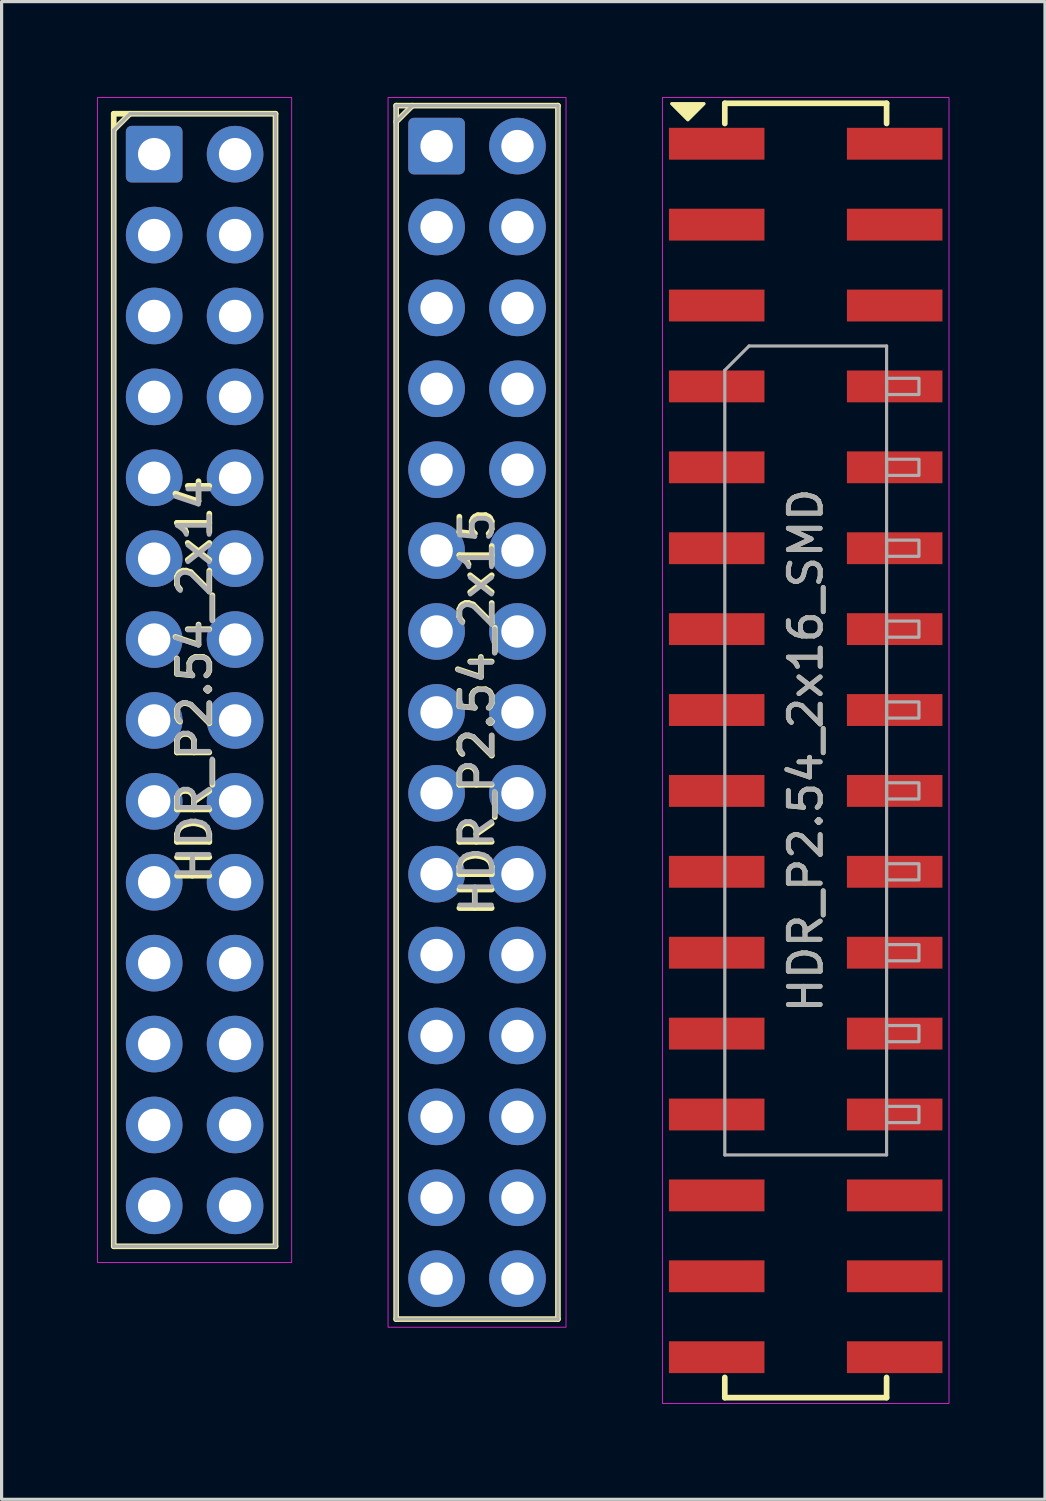
<source format=kicad_pcb>
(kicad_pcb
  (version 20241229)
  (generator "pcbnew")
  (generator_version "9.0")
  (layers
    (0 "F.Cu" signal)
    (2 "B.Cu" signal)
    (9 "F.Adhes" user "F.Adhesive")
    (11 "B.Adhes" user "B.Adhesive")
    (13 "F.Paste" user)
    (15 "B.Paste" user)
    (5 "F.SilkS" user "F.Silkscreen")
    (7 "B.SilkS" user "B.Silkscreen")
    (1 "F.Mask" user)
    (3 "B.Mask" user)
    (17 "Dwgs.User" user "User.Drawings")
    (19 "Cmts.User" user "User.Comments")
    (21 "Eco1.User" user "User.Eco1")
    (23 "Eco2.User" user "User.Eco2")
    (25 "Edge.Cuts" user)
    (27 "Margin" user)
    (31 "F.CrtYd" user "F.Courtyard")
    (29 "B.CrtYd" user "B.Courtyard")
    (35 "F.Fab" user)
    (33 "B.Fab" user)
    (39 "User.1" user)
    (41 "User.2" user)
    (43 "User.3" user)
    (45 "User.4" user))
  (footprint "HDR_P2.54_2x14"
    (layer "F.Cu")
    (at 3.061 18.301)
    (property "Reference" "HDR_P2.54_2x14" (at 0 0 90) (layer "F.SilkS") (effects (font (size 1.016 1.016) (thickness 0.178))))
    (attr through_hole)
    (fp_line (start -2.54 -17.78) (end -2.54 17.78) (stroke (width 0.178) (type solid)) (layer "F.SilkS"))
    (fp_line (start -2.54 -17.78) (end 2.54 -17.78) (stroke (width 0.178) (type solid)) (layer "F.SilkS"))
    (fp_line (start -2.54 -17.272) (end -2.032 -17.78) (stroke (width 0.178) (type solid)) (layer "F.SilkS"))
    (fp_line (start -2.54 17.78) (end 2.54 17.78) (stroke (width 0.178) (type solid)) (layer "F.SilkS"))
    (fp_line (start 2.54 -17.78) (end 2.54 17.78) (stroke (width 0.178) (type solid)) (layer "F.SilkS"))
    (fp_rect (start -3.048 -18.288) (end 3.048 18.288) (stroke (width 0.025) (type solid)) (fill no) (layer "F.CrtYd"))
    (fp_line (start -2.54 -17.272) (end -2.032 -17.78) (stroke (width 0.1) (type solid)) (layer "F.Fab"))
    (fp_line (start -2.54 17.78) (end -2.54 -17.272) (stroke (width 0.1) (type solid)) (layer "F.Fab"))
    (fp_line (start -2.032 -17.78) (end 2.54 -17.78) (stroke (width 0.1) (type solid)) (layer "F.Fab"))
    (fp_line (start 2.54 -17.78) (end 2.54 17.78) (stroke (width 0.1) (type solid)) (layer "F.Fab"))
    (fp_line (start 2.54 17.78) (end -2.54 17.78) (stroke (width 0.1) (type solid)) (layer "F.Fab"))
    (fp_text user "${REFERENCE}" (at 0 0 90) (layer "F.Fab") (effects (font (size 1 1) (thickness 0.15))))
    (pad "1" thru_hole roundrect (at -1.27 -16.51) (size 1.778 1.778) (drill 1.016) (layers "*.Cu" "*.Mask") (roundrect_rratio 0.1))
    (pad "2" thru_hole oval (at 1.27 -16.51) (size 1.778 1.778) (drill 1.016) (layers "*.Cu" "*.Mask"))
    (pad "3" thru_hole oval (at -1.27 -13.97) (size 1.778 1.778) (drill 1.016) (layers "*.Cu" "*.Mask"))
    (pad "4" thru_hole oval (at 1.27 -13.97) (size 1.778 1.778) (drill 1.016) (layers "*.Cu" "*.Mask"))
    (pad "5" thru_hole oval (at -1.27 -11.43) (size 1.778 1.778) (drill 1.016) (layers "*.Cu" "*.Mask"))
    (pad "6" thru_hole oval (at 1.27 -11.43) (size 1.778 1.778) (drill 1.016) (layers "*.Cu" "*.Mask"))
    (pad "7" thru_hole oval (at -1.27 -8.89) (size 1.778 1.778) (drill 1.016) (layers "*.Cu" "*.Mask"))
    (pad "8" thru_hole oval (at 1.27 -8.89) (size 1.778 1.778) (drill 1.016) (layers "*.Cu" "*.Mask"))
    (pad "9" thru_hole oval (at -1.27 -6.35) (size 1.778 1.778) (drill 1.016) (layers "*.Cu" "*.Mask"))
    (pad "10" thru_hole oval (at 1.27 -6.35) (size 1.778 1.778) (drill 1.016) (layers "*.Cu" "*.Mask"))
    (pad "11" thru_hole oval (at -1.27 -3.81) (size 1.778 1.778) (drill 1.016) (layers "*.Cu" "*.Mask"))
    (pad "12" thru_hole oval (at 1.27 -3.81) (size 1.778 1.778) (drill 1.016) (layers "*.Cu" "*.Mask"))
    (pad "13" thru_hole oval (at -1.27 -1.27) (size 1.778 1.778) (drill 1.016) (layers "*.Cu" "*.Mask"))
    (pad "14" thru_hole oval (at 1.27 -1.27) (size 1.778 1.778) (drill 1.016) (layers "*.Cu" "*.Mask"))
    (pad "15" thru_hole oval (at -1.27 1.27) (size 1.778 1.778) (drill 1.016) (layers "*.Cu" "*.Mask"))
    (pad "16" thru_hole oval (at 1.27 1.27) (size 1.778 1.778) (drill 1.016) (layers "*.Cu" "*.Mask"))
    (pad "17" thru_hole oval (at -1.27 3.81) (size 1.778 1.778) (drill 1.016) (layers "*.Cu" "*.Mask"))
    (pad "18" thru_hole oval (at 1.27 3.81) (size 1.778 1.778) (drill 1.016) (layers "*.Cu" "*.Mask"))
    (pad "19" thru_hole oval (at -1.27 6.35) (size 1.778 1.778) (drill 1.016) (layers "*.Cu" "*.Mask"))
    (pad "20" thru_hole oval (at 1.27 6.35) (size 1.778 1.778) (drill 1.016) (layers "*.Cu" "*.Mask"))
    (pad "21" thru_hole oval (at -1.27 8.89) (size 1.778 1.778) (drill 1.016) (layers "*.Cu" "*.Mask"))
    (pad "22" thru_hole oval (at 1.27 8.89) (size 1.778 1.778) (drill 1.016) (layers "*.Cu" "*.Mask"))
    (pad "23" thru_hole oval (at -1.27 11.43) (size 1.778 1.778) (drill 1.016) (layers "*.Cu" "*.Mask"))
    (pad "24" thru_hole oval (at 1.27 11.43) (size 1.778 1.778) (drill 1.016) (layers "*.Cu" "*.Mask"))
    (pad "25" thru_hole oval (at -1.27 13.97) (size 1.778 1.778) (drill 1.016) (layers "*.Cu" "*.Mask"))
    (pad "26" thru_hole oval (at 1.27 13.97) (size 1.778 1.778) (drill 1.016) (layers "*.Cu" "*.Mask"))
    (pad "27" thru_hole oval (at -1.27 16.51) (size 1.778 1.778) (drill 1.016) (layers "*.Cu" "*.Mask"))
    (pad "28" thru_hole oval (at 1.27 16.51) (size 1.778 1.778) (drill 1.016) (layers "*.Cu" "*.Mask")))
  (footprint "HDR_P2.54_2x15"
    (layer "F.Cu")
    (at 11.928 19.317)
    (property "Reference" "HDR_P2.54_2x15" (at 0 0 90) (layer "F.SilkS") (effects (font (size 1.016 1.016) (thickness 0.178))))
    (attr through_hole)
    (fp_line (start -2.54 -19.05) (end -2.54 19.05) (stroke (width 0.178) (type solid)) (layer "F.SilkS"))
    (fp_line (start -2.54 -19.05) (end 2.54 -19.05) (stroke (width 0.178) (type solid)) (layer "F.SilkS"))
    (fp_line (start -2.54 -18.542) (end -2.032 -19.05) (stroke (width 0.178) (type solid)) (layer "F.SilkS"))
    (fp_line (start -2.54 19.05) (end 2.54 19.05) (stroke (width 0.178) (type solid)) (layer "F.SilkS"))
    (fp_line (start 2.54 -19.05) (end 2.54 19.05) (stroke (width 0.178) (type solid)) (layer "F.SilkS"))
    (fp_rect (start -2.794 -19.304) (end 2.794 19.304) (stroke (width 0.025) (type solid)) (fill no) (layer "F.CrtYd"))
    (fp_line (start -2.54 -19.05) (end 2.54 -19.05) (stroke (width 0.1) (type solid)) (layer "F.Fab"))
    (fp_line (start -2.54 -18.542) (end -2.032 -19.05) (stroke (width 0.1) (type solid)) (layer "F.Fab"))
    (fp_line (start -2.54 19.05) (end -2.54 -19.05) (stroke (width 0.1) (type solid)) (layer "F.Fab"))
    (fp_line (start 2.54 -19.05) (end 2.54 19.05) (stroke (width 0.1) (type solid)) (layer "F.Fab"))
    (fp_line (start 2.54 19.05) (end -2.54 19.05) (stroke (width 0.1) (type solid)) (layer "F.Fab"))
    (fp_text user "${REFERENCE}" (at 0 0 90) (layer "F.Fab") (effects (font (size 1 1) (thickness 0.15))))
    (pad "1" thru_hole roundrect (at -1.27 -17.78) (size 1.778 1.778) (drill 1.016) (layers "*.Cu" "*.Mask") (roundrect_rratio 0.1))
    (pad "2" thru_hole oval (at 1.27 -17.78) (size 1.778 1.778) (drill 1.016) (layers "*.Cu" "*.Mask"))
    (pad "3" thru_hole oval (at -1.27 -15.24) (size 1.778 1.778) (drill 1.016) (layers "*.Cu" "*.Mask"))
    (pad "4" thru_hole oval (at 1.27 -15.24) (size 1.778 1.778) (drill 1.016) (layers "*.Cu" "*.Mask"))
    (pad "5" thru_hole oval (at -1.27 -12.7) (size 1.778 1.778) (drill 1.016) (layers "*.Cu" "*.Mask"))
    (pad "6" thru_hole oval (at 1.27 -12.7) (size 1.778 1.778) (drill 1.016) (layers "*.Cu" "*.Mask"))
    (pad "7" thru_hole oval (at -1.27 -10.16) (size 1.778 1.778) (drill 1.016) (layers "*.Cu" "*.Mask"))
    (pad "8" thru_hole oval (at 1.27 -10.16) (size 1.778 1.778) (drill 1.016) (layers "*.Cu" "*.Mask"))
    (pad "9" thru_hole oval (at -1.27 -7.62) (size 1.778 1.778) (drill 1.016) (layers "*.Cu" "*.Mask"))
    (pad "10" thru_hole oval (at 1.27 -7.62) (size 1.778 1.778) (drill 1.016) (layers "*.Cu" "*.Mask"))
    (pad "11" thru_hole oval (at -1.27 -5.08) (size 1.778 1.778) (drill 1.016) (layers "*.Cu" "*.Mask"))
    (pad "12" thru_hole oval (at 1.27 -5.08) (size 1.778 1.778) (drill 1.016) (layers "*.Cu" "*.Mask"))
    (pad "13" thru_hole oval (at -1.27 -2.54) (size 1.778 1.778) (drill 1.016) (layers "*.Cu" "*.Mask"))
    (pad "14" thru_hole oval (at 1.27 -2.54) (size 1.778 1.778) (drill 1.016) (layers "*.Cu" "*.Mask"))
    (pad "15" thru_hole oval (at -1.27 0) (size 1.778 1.778) (drill 1.016) (layers "*.Cu" "*.Mask"))
    (pad "16" thru_hole oval (at 1.27 0) (size 1.778 1.778) (drill 1.016) (layers "*.Cu" "*.Mask"))
    (pad "17" thru_hole oval (at -1.27 2.54) (size 1.778 1.778) (drill 1.016) (layers "*.Cu" "*.Mask"))
    (pad "18" thru_hole oval (at 1.27 2.54) (size 1.778 1.778) (drill 1.016) (layers "*.Cu" "*.Mask"))
    (pad "19" thru_hole oval (at -1.27 5.08) (size 1.778 1.778) (drill 1.016) (layers "*.Cu" "*.Mask"))
    (pad "20" thru_hole oval (at 1.27 5.08) (size 1.778 1.778) (drill 1.016) (layers "*.Cu" "*.Mask"))
    (pad "21" thru_hole oval (at -1.27 7.62) (size 1.778 1.778) (drill 1.016) (layers "*.Cu" "*.Mask"))
    (pad "22" thru_hole oval (at 1.27 7.62) (size 1.778 1.778) (drill 1.016) (layers "*.Cu" "*.Mask"))
    (pad "23" thru_hole oval (at -1.27 10.16) (size 1.778 1.778) (drill 1.016) (layers "*.Cu" "*.Mask"))
    (pad "24" thru_hole oval (at 1.27 10.16) (size 1.778 1.778) (drill 1.016) (layers "*.Cu" "*.Mask"))
    (pad "25" thru_hole oval (at -1.27 12.7) (size 1.778 1.778) (drill 1.016) (layers "*.Cu" "*.Mask"))
    (pad "26" thru_hole oval (at 1.27 12.7) (size 1.778 1.778) (drill 1.016) (layers "*.Cu" "*.Mask"))
    (pad "27" thru_hole oval (at -1.27 15.24) (size 1.778 1.778) (drill 1.016) (layers "*.Cu" "*.Mask"))
    (pad "28" thru_hole oval (at 1.27 15.24) (size 1.778 1.778) (drill 1.016) (layers "*.Cu" "*.Mask"))
    (pad "29" thru_hole oval (at -1.27 17.78) (size 1.778 1.778) (drill 1.016) (layers "*.Cu" "*.Mask"))
    (pad "30" thru_hole oval (at 1.27 17.78) (size 1.778 1.778) (drill 1.016) (layers "*.Cu" "*.Mask")))
  (footprint "HDR_P2.54_2x16_SMD"
    (layer "F.Cu")
    (at 22.247 20.513)
    (property "Reference" "HDR_P2.54_2x16_SMD" (at 0 0 90) (layer "F.SilkS") (effects (font (size 1 1) (thickness 0.15))))
    (attr smd)
    (fp_line (start -2.54 -19.685) (end -2.54 -20.32) (stroke (width 0.178) (type solid)) (layer "F.SilkS"))
    (fp_line (start -2.54 20.32) (end -2.54 19.685) (stroke (width 0.178) (type solid)) (layer "F.SilkS"))
    (fp_line (start 2.54 -20.32) (end -2.54 -20.32) (stroke (width 0.178) (type solid)) (layer "F.SilkS"))
    (fp_line (start 2.54 -19.685) (end 2.54 -20.32) (stroke (width 0.178) (type solid)) (layer "F.SilkS"))
    (fp_line (start 2.54 19.685) (end 2.54 20.32) (stroke (width 0.178) (type solid)) (layer "F.SilkS"))
    (fp_line (start 2.54 20.32) (end -2.54 20.32) (stroke (width 0.178) (type solid)) (layer "F.SilkS"))
    (fp_poly (pts (xy -3.7 -19.8) (xy -4.208 -20.308) (xy -3.192 -20.308)) (stroke (width 0.1) (type solid)) (fill yes) (layer "F.SilkS"))
    (fp_rect (start -4.5 -20.5) (end 4.5 20.5) (stroke (width 0.025) (type solid)) (fill no) (layer "F.CrtYd"))
    (fp_line (start -2.54 -11.938) (end -1.778 -12.7) (stroke (width 0.1) (type solid)) (layer "F.Fab"))
    (fp_line (start -2.54 12.7) (end -2.54 -11.938) (stroke (width 0.1) (type solid)) (layer "F.Fab"))
    (fp_line (start -1.778 -12.7) (end 2.54 -12.7) (stroke (width 0.1) (type solid)) (layer "F.Fab"))
    (fp_line (start 2.54 -12.7) (end 2.54 12.7) (stroke (width 0.1) (type solid)) (layer "F.Fab"))
    (fp_line (start 2.54 12.7) (end -2.54 12.7) (stroke (width 0.1) (type solid)) (layer "F.Fab"))
    (fp_rect (start 2.54 -11.684) (end 3.556 -11.176) (stroke (width 0.1) (type solid)) (fill no) (layer "F.Fab"))
    (fp_rect (start 2.54 -9.144) (end 3.556 -8.636) (stroke (width 0.1) (type solid)) (fill no) (layer "F.Fab"))
    (fp_rect (start 2.54 -6.604) (end 3.556 -6.096) (stroke (width 0.1) (type solid)) (fill no) (layer "F.Fab"))
    (fp_rect (start 2.54 -4.064) (end 3.556 -3.556) (stroke (width 0.1) (type solid)) (fill no) (layer "F.Fab"))
    (fp_rect (start 2.54 -1.524) (end 3.556 -1.016) (stroke (width 0.1) (type solid)) (fill no) (layer "F.Fab"))
    (fp_rect (start 2.54 1.016) (end 3.556 1.524) (stroke (width 0.1) (type solid)) (fill no) (layer "F.Fab"))
    (fp_rect (start 2.54 3.556) (end 3.556 4.064) (stroke (width 0.1) (type solid)) (fill no) (layer "F.Fab"))
    (fp_rect (start 2.54 6.096) (end 3.556 6.604) (stroke (width 0.1) (type solid)) (fill no) (layer "F.Fab"))
    (fp_rect (start 2.54 8.636) (end 3.556 9.144) (stroke (width 0.1) (type solid)) (fill no) (layer "F.Fab"))
    (fp_rect (start 2.54 11.176) (end 3.556 11.684) (stroke (width 0.1) (type solid)) (fill no) (layer "F.Fab"))
    (fp_text user "${REFERENCE}" (at 0 0 90) (layer "F.Fab") (effects (font (size 1 1) (thickness 0.15))))
    (pad "1" smd rect (at -2.794 -19.05) (size 3 1) (layers "F.Cu" "F.Mask" "F.Paste"))
    (pad "2" smd rect (at 2.794 -19.05) (size 3 1) (layers "F.Cu" "F.Mask" "F.Paste"))
    (pad "3" smd rect (at -2.794 -16.51) (size 3 1) (layers "F.Cu" "F.Mask" "F.Paste"))
    (pad "4" smd rect (at 2.794 -16.51) (size 3 1) (layers "F.Cu" "F.Mask" "F.Paste"))
    (pad "5" smd rect (at -2.794 -13.97) (size 3 1) (layers "F.Cu" "F.Mask" "F.Paste"))
    (pad "6" smd rect (at 2.794 -13.97) (size 3 1) (layers "F.Cu" "F.Mask" "F.Paste"))
    (pad "7" smd rect (at -2.794 -11.43) (size 3 1) (layers "F.Cu" "F.Mask" "F.Paste"))
    (pad "8" smd rect (at 2.794 -11.43) (size 3 1) (layers "F.Cu" "F.Mask" "F.Paste"))
    (pad "9" smd rect (at -2.794 -8.89) (size 3 1) (layers "F.Cu" "F.Mask" "F.Paste"))
    (pad "10" smd rect (at 2.794 -8.89) (size 3 1) (layers "F.Cu" "F.Mask" "F.Paste"))
    (pad "11" smd rect (at -2.794 -6.35) (size 3 1) (layers "F.Cu" "F.Mask" "F.Paste"))
    (pad "12" smd rect (at 2.794 -6.35) (size 3 1) (layers "F.Cu" "F.Mask" "F.Paste"))
    (pad "13" smd rect (at -2.794 -3.81) (size 3 1) (layers "F.Cu" "F.Mask" "F.Paste"))
    (pad "14" smd rect (at 2.794 -3.81) (size 3 1) (layers "F.Cu" "F.Mask" "F.Paste"))
    (pad "15" smd rect (at -2.794 -1.27) (size 3 1) (layers "F.Cu" "F.Mask" "F.Paste"))
    (pad "16" smd rect (at 2.794 -1.27) (size 3 1) (layers "F.Cu" "F.Mask" "F.Paste"))
    (pad "17" smd rect (at -2.794 1.27) (size 3 1) (layers "F.Cu" "F.Mask" "F.Paste"))
    (pad "18" smd rect (at 2.794 1.27) (size 3 1) (layers "F.Cu" "F.Mask" "F.Paste"))
    (pad "19" smd rect (at -2.794 3.81) (size 3 1) (layers "F.Cu" "F.Mask" "F.Paste"))
    (pad "20" smd rect (at 2.794 3.81) (size 3 1) (layers "F.Cu" "F.Mask" "F.Paste"))
    (pad "21" smd rect (at -2.794 6.35) (size 3 1) (layers "F.Cu" "F.Mask" "F.Paste"))
    (pad "22" smd rect (at 2.794 6.35) (size 3 1) (layers "F.Cu" "F.Mask" "F.Paste"))
    (pad "23" smd rect (at -2.794 8.89) (size 3 1) (layers "F.Cu" "F.Mask" "F.Paste"))
    (pad "24" smd rect (at 2.794 8.89) (size 3 1) (layers "F.Cu" "F.Mask" "F.Paste"))
    (pad "25" smd rect (at -2.794 11.43) (size 3 1) (layers "F.Cu" "F.Mask" "F.Paste"))
    (pad "26" smd rect (at 2.794 11.43) (size 3 1) (layers "F.Cu" "F.Mask" "F.Paste"))
    (pad "27" smd rect (at -2.794 13.97) (size 3 1) (layers "F.Cu" "F.Mask" "F.Paste"))
    (pad "28" smd rect (at 2.794 13.97) (size 3 1) (layers "F.Cu" "F.Mask" "F.Paste"))
    (pad "29" smd rect (at -2.794 16.51) (size 3 1) (layers "F.Cu" "F.Mask" "F.Paste"))
    (pad "30" smd rect (at 2.794 16.51) (size 3 1) (layers "F.Cu" "F.Mask" "F.Paste"))
    (pad "31" smd rect (at -2.794 19.05) (size 3 1) (layers "F.Cu" "F.Mask" "F.Paste"))
    (pad "32" smd rect (at 2.794 19.05) (size 3 1) (layers "F.Cu" "F.Mask" "F.Paste")))
  (gr_rect
    (start -3 -3)
    (end 29.76 44.025)
    (stroke (width 0.1) (type default))
    (fill no)
    (layer "Edge.Cuts")))
</source>
